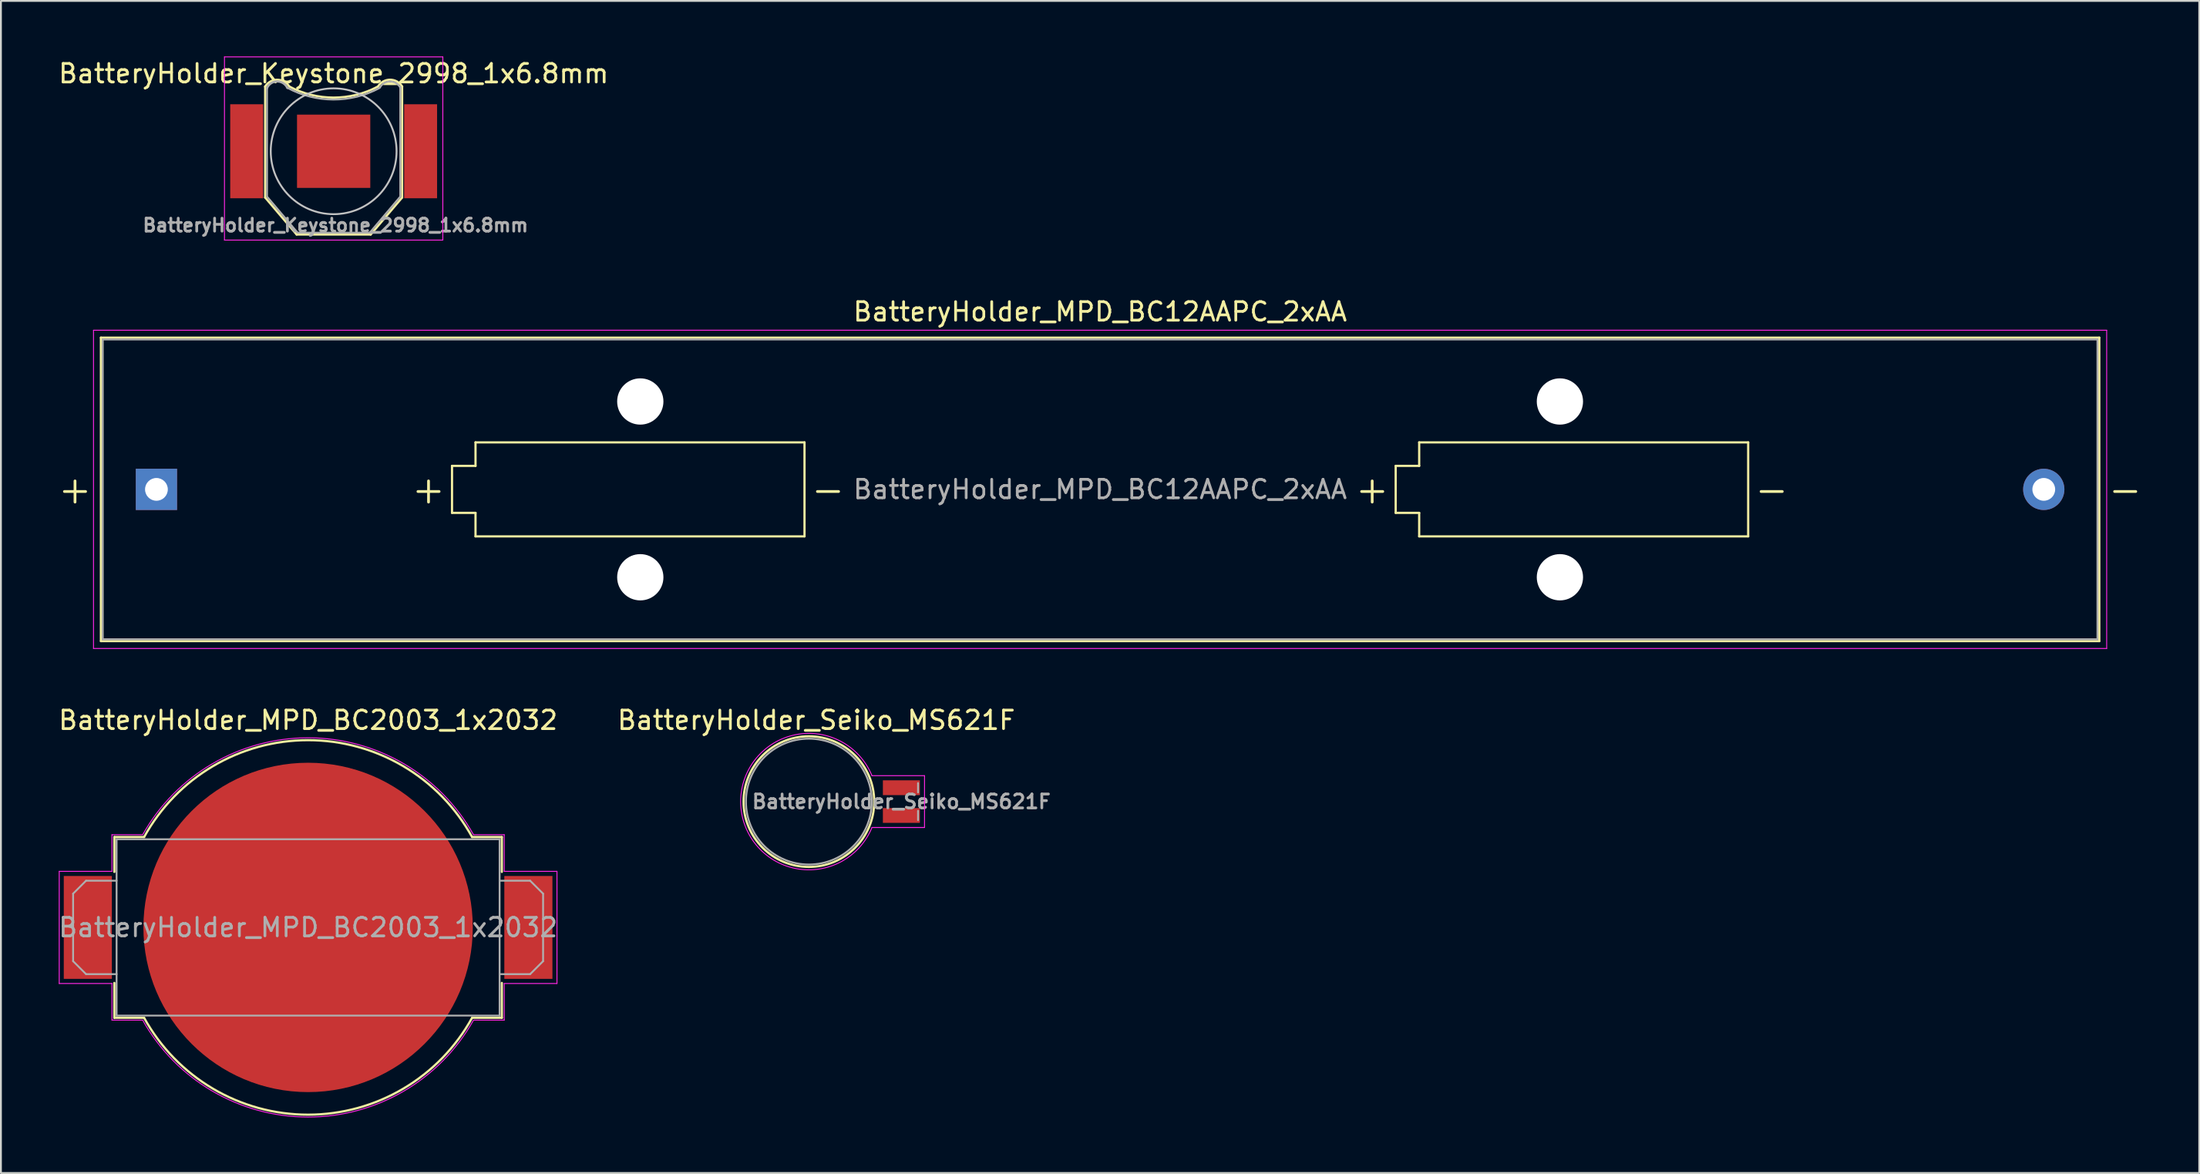
<source format=kicad_pcb>
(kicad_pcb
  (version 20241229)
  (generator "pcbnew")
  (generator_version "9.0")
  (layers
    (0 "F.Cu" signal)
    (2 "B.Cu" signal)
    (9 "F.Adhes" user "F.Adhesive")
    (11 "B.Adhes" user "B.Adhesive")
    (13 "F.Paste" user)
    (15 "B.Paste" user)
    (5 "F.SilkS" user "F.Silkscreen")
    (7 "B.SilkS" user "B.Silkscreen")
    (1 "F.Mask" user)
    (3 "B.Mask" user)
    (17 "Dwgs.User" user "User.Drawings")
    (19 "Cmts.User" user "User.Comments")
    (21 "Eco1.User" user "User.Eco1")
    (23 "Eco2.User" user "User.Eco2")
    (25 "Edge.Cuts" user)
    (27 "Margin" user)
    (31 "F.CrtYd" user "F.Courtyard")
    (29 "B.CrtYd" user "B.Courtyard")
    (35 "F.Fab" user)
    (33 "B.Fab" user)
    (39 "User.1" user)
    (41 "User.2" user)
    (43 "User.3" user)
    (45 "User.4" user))
  (footprint "BatteryHolder_MPD_BC2003_1x2032"
    (layer "F.Cu")
    (at 13.601 47.072)
    (property "Reference" "BatteryHolder_MPD_BC2003_1x2032" (at 0 -11.2 0) (layer "F.SilkS") (effects (font (size 1 1) (thickness 0.15))))
    (attr smd)
    (fp_line (start -10.47 -4.885) (end -8.863 -4.885) (stroke (width 0.12) (type solid)) (layer "F.SilkS"))
    (fp_line (start -10.47 -3) (end -10.47 -4.885) (stroke (width 0.12) (type solid)) (layer "F.SilkS"))
    (fp_line (start -10.47 3) (end -10.47 4.885) (stroke (width 0.12) (type solid)) (layer "F.SilkS"))
    (fp_line (start -10.47 4.885) (end -8.863 4.885) (stroke (width 0.12) (type solid)) (layer "F.SilkS"))
    (fp_line (start 10.47 -4.885) (end 8.863 -4.885) (stroke (width 0.12) (type solid)) (layer "F.SilkS"))
    (fp_line (start 10.47 -3) (end 10.47 -4.885) (stroke (width 0.12) (type solid)) (layer "F.SilkS"))
    (fp_line (start 10.47 3) (end 10.47 4.885) (stroke (width 0.12) (type solid)) (layer "F.SilkS"))
    (fp_line (start 10.47 4.885) (end 8.863 4.885) (stroke (width 0.12) (type solid)) (layer "F.SilkS"))
    (fp_arc (start -8.86291 -4.885) (mid 0 -10.12) (end 8.86291 -4.885) (stroke (width 0.12) (type solid)) (layer "F.SilkS"))
    (fp_arc (start 8.865021 4.881168) (mid 0.002187 10.12) (end -8.86291 4.885) (stroke (width 0.12) (type solid)) (layer "F.SilkS"))
    (fp_line (start -13.45 -3.03) (end -13.45 3.03) (stroke (width 0.05) (type solid)) (layer "F.CrtYd"))
    (fp_line (start -13.45 3.03) (end -10.6 3.03) (stroke (width 0.05) (type solid)) (layer "F.CrtYd"))
    (fp_line (start -10.6 -5.01) (end -10.6 -3.03) (stroke (width 0.05) (type solid)) (layer "F.CrtYd"))
    (fp_line (start -10.6 -3.03) (end -13.45 -3.03) (stroke (width 0.05) (type solid)) (layer "F.CrtYd"))
    (fp_line (start -10.6 5.01) (end -10.6 3.03) (stroke (width 0.05) (type solid)) (layer "F.CrtYd"))
    (fp_line (start -10.6 5.01) (end -8.94 5.01) (stroke (width 0.05) (type solid)) (layer "F.CrtYd"))
    (fp_line (start -8.94 -5.01) (end -10.6 -5.01) (stroke (width 0.05) (type solid)) (layer "F.CrtYd"))
    (fp_line (start 8.94 -5.01) (end 10.6 -5.01) (stroke (width 0.05) (type solid)) (layer "F.CrtYd"))
    (fp_line (start 8.94 5.01) (end 10.6 5.01) (stroke (width 0.05) (type solid)) (layer "F.CrtYd"))
    (fp_line (start 10.6 -5.01) (end 10.6 -3.03) (stroke (width 0.05) (type solid)) (layer "F.CrtYd"))
    (fp_line (start 10.6 -3.03) (end 13.45 -3.03) (stroke (width 0.05) (type solid)) (layer "F.CrtYd"))
    (fp_line (start 10.6 3.03) (end 13.45 3.03) (stroke (width 0.05) (type solid)) (layer "F.CrtYd"))
    (fp_line (start 10.6 5.01) (end 10.6 3.03) (stroke (width 0.05) (type solid)) (layer "F.CrtYd"))
    (fp_line (start 13.45 -3.03) (end 13.45 3.03) (stroke (width 0.05) (type solid)) (layer "F.CrtYd"))
    (fp_arc (start -8.934116 -5.020486) (mid 0.006012 -10.248106) (end 8.94 -5.01) (stroke (width 0.05) (type solid)) (layer "F.CrtYd"))
    (fp_arc (start 8.92534 5.036071) (mid -0.014955 10.248096) (end -8.94 5.01) (stroke (width 0.05) (type solid)) (layer "F.CrtYd"))
    (fp_line (start -12.7 -1.825) (end -12.7 1.825) (stroke (width 0.1) (type solid)) (layer "F.Fab"))
    (fp_line (start -12.7 -1.825) (end -12 -2.525) (stroke (width 0.1) (type solid)) (layer "F.Fab"))
    (fp_line (start -12.7 1.825) (end -12 2.525) (stroke (width 0.1) (type solid)) (layer "F.Fab"))
    (fp_line (start -10.35 -4.765) (end 10.35 -4.765) (stroke (width 0.1) (type solid)) (layer "F.Fab"))
    (fp_line (start -10.35 -2.525) (end -12 -2.525) (stroke (width 0.1) (type solid)) (layer "F.Fab"))
    (fp_line (start -10.35 2.525) (end -12 2.525) (stroke (width 0.1) (type solid)) (layer "F.Fab"))
    (fp_line (start -10.35 4.765) (end -10.35 -4.765) (stroke (width 0.1) (type solid)) (layer "F.Fab"))
    (fp_line (start -10.35 4.765) (end 10.35 4.765) (stroke (width 0.1) (type solid)) (layer "F.Fab"))
    (fp_line (start 10.35 -2.525) (end 12 -2.525) (stroke (width 0.1) (type solid)) (layer "F.Fab"))
    (fp_line (start 10.35 2.525) (end 12 2.525) (stroke (width 0.1) (type solid)) (layer "F.Fab"))
    (fp_line (start 10.35 4.765) (end 10.35 -4.765) (stroke (width 0.1) (type solid)) (layer "F.Fab"))
    (fp_line (start 12.7 -1.825) (end 12 -2.525) (stroke (width 0.1) (type solid)) (layer "F.Fab"))
    (fp_line (start 12.7 -1.825) (end 12.7 1.825) (stroke (width 0.1) (type solid)) (layer "F.Fab"))
    (fp_line (start 12.7 1.825) (end 12 2.525) (stroke (width 0.1) (type solid)) (layer "F.Fab"))
    (fp_text user "${REFERENCE}" (at 0 0 0) (layer "F.Fab") (effects (font (size 1 1) (thickness 0.15))))
    (pad "1" smd rect (at -11.905 0) (size 2.6 5.56) (layers "F.Cu" "F.Mask" "F.Paste"))
    (pad "1" smd rect (at 11.905 0) (size 2.6 5.56) (layers "F.Cu" "F.Mask" "F.Paste"))
    (pad "2" smd circle (at 0 0) (size 17.8 17.8) (layers "F.Cu" "F.Mask")))
  (footprint "BatteryHolder_Keystone_2998_1x6.8mm"
    (layer "F.Cu")
    (at 14.982 5.125)
    (property "Reference" "BatteryHolder_Keystone_2998_1x6.8mm" (at 0 -4.2 0) (layer "F.SilkS") (effects (font (size 1 1) (thickness 0.15))))
    (attr smd)
    (fp_line (start -3.7 -3.5) (end -3.7 2.5) (stroke (width 0.12) (type solid)) (layer "F.SilkS"))
    (fp_line (start -2 4.5) (end -3.7 2.5) (stroke (width 0.12) (type solid)) (layer "F.SilkS"))
    (fp_line (start -2 4.5) (end 2 4.5) (stroke (width 0.12) (type solid)) (layer "F.SilkS"))
    (fp_line (start 2 4.5) (end 3.7 2.5) (stroke (width 0.12) (type solid)) (layer "F.SilkS"))
    (fp_line (start 3.7 -3.5) (end 3.7 2.5) (stroke (width 0.12) (type solid)) (layer "F.SilkS"))
    (fp_arc (start -3.705648 -3.490673) (mid -3.055452 -3.863197) (end -2.4 -3.5) (stroke (width 0.12) (type solid)) (layer "F.SilkS"))
    (fp_arc (start 2.391383 -3.495415) (mid -0.00488 -2.900002) (end -2.4 -3.5) (stroke (width 0.12) (type solid)) (layer "F.SilkS"))
    (fp_arc (start 2.392627 -3.493972) (mid 3.046477 -3.866382) (end 3.703723 -3.5) (stroke (width 0.12) (type solid)) (layer "F.SilkS"))
    (fp_circle (center 0 0) (end 3.4 0) (stroke (width 0.1) (type solid)) (fill no) (layer "Dwgs.User"))
    (fp_line (start -5.9 -5.1) (end -5.9 4.8) (stroke (width 0.05) (type solid)) (layer "F.CrtYd"))
    (fp_line (start -5.9 4.8) (end 5.9 4.8) (stroke (width 0.05) (type solid)) (layer "F.CrtYd"))
    (fp_line (start 5.9 -5.1) (end -5.9 -5.1) (stroke (width 0.05) (type solid)) (layer "F.CrtYd"))
    (fp_line (start 5.9 4.8) (end 5.9 -5.1) (stroke (width 0.05) (type solid)) (layer "F.CrtYd"))
    (fp_line (start -3.6 -3.4) (end -3.6 2.4) (stroke (width 0.1) (type solid)) (layer "F.Fab"))
    (fp_line (start -3.6 2.45) (end -1.95 4.4) (stroke (width 0.1) (type solid)) (layer "F.Fab"))
    (fp_line (start -1.95 4.4) (end 1.95 4.4) (stroke (width 0.1) (type solid)) (layer "F.Fab"))
    (fp_line (start 1.95 4.4) (end 3.6 2.45) (stroke (width 0.1) (type solid)) (layer "F.Fab"))
    (fp_line (start 3.6 2.45) (end 3.6 -3.5) (stroke (width 0.1) (type solid)) (layer "F.Fab"))
    (fp_arc (start -3.607938 -3.401745) (mid -3.059953 -3.774071) (end -2.5 -3.42) (stroke (width 0.12) (type solid)) (layer "F.Fab"))
    (fp_arc (start 2.464098 -3.410669) (mid -0.020388 -2.794584) (end -2.5 -3.43) (stroke (width 0.1) (type solid)) (layer "F.Fab"))
    (fp_arc (start 2.4959 -3.432087) (mid 3.045544 -3.771756) (end 3.6 -3.44) (stroke (width 0.1) (type solid)) (layer "F.Fab"))
    (fp_text user "${REFERENCE}" (at 0.1 4 0) (layer "F.Fab") (effects (font (size 0.7 0.7) (thickness 0.15))))
    (pad "1" smd rect (at -4.7 0) (size 1.78 5.08) (layers "F.Cu" "F.Mask" "F.Paste"))
    (pad "1" smd rect (at 4.7 0) (size 1.78 5.08) (layers "F.Cu" "F.Mask" "F.Paste"))
    (pad "2" smd rect (at 0 0) (size 3.96 3.96) (layers "F.Cu" "F.Mask" "F.Paste")))
  (footprint "BatteryHolder_MPD_BC12AAPC_2xAA"
    (layer "F.Cu")
    (at 5.404 23.398)
    (property "Reference" "BatteryHolder_MPD_BC12AAPC_2xAA" (at 51 -9.6 0) (layer "F.SilkS") (effects (font (size 1 1) (thickness 0.15))))
    (attr through_hole)
    (fp_line (start -3 -8.2) (end -3 8.2) (stroke (width 0.12) (type solid)) (layer "F.SilkS"))
    (fp_line (start -3 8.2) (end 105 8.2) (stroke (width 0.12) (type solid)) (layer "F.SilkS"))
    (fp_line (start 15.975 -1.27) (end 17.245 -1.27) (stroke (width 0.12) (type solid)) (layer "F.SilkS"))
    (fp_line (start 15.975 1.27) (end 15.975 -1.27) (stroke (width 0.12) (type solid)) (layer "F.SilkS"))
    (fp_line (start 17.245 -2.54) (end 35.025 -2.54) (stroke (width 0.12) (type solid)) (layer "F.SilkS"))
    (fp_line (start 17.245 -1.27) (end 17.245 -2.54) (stroke (width 0.12) (type solid)) (layer "F.SilkS"))
    (fp_line (start 17.245 1.27) (end 15.975 1.27) (stroke (width 0.12) (type solid)) (layer "F.SilkS"))
    (fp_line (start 17.245 2.54) (end 17.245 1.27) (stroke (width 0.12) (type solid)) (layer "F.SilkS"))
    (fp_line (start 35.025 -2.54) (end 35.025 2.54) (stroke (width 0.12) (type solid)) (layer "F.SilkS"))
    (fp_line (start 35.025 2.54) (end 17.245 2.54) (stroke (width 0.12) (type solid)) (layer "F.SilkS"))
    (fp_line (start 66.975 -1.27) (end 68.245 -1.27) (stroke (width 0.12) (type solid)) (layer "F.SilkS"))
    (fp_line (start 66.975 1.27) (end 66.975 -1.27) (stroke (width 0.12) (type solid)) (layer "F.SilkS"))
    (fp_line (start 68.245 -2.54) (end 86.025 -2.54) (stroke (width 0.12) (type solid)) (layer "F.SilkS"))
    (fp_line (start 68.245 -1.27) (end 68.245 -2.54) (stroke (width 0.12) (type solid)) (layer "F.SilkS"))
    (fp_line (start 68.245 1.27) (end 66.975 1.27) (stroke (width 0.12) (type solid)) (layer "F.SilkS"))
    (fp_line (start 68.245 2.54) (end 68.245 1.27) (stroke (width 0.12) (type solid)) (layer "F.SilkS"))
    (fp_line (start 86.025 -2.54) (end 86.025 2.54) (stroke (width 0.12) (type solid)) (layer "F.SilkS"))
    (fp_line (start 86.025 2.54) (end 68.245 2.54) (stroke (width 0.12) (type solid)) (layer "F.SilkS"))
    (fp_line (start 105 -8.2) (end -3 -8.2) (stroke (width 0.12) (type solid)) (layer "F.SilkS"))
    (fp_line (start 105 8.2) (end 105 -8.2) (stroke (width 0.12) (type solid)) (layer "F.SilkS"))
    (fp_line (start -3.4 -8.6) (end -3.4 8.6) (stroke (width 0.05) (type solid)) (layer "F.CrtYd"))
    (fp_line (start -3.4 8.6) (end 105.4 8.6) (stroke (width 0.05) (type solid)) (layer "F.CrtYd"))
    (fp_line (start 105.4 -8.6) (end -3.4 -8.6) (stroke (width 0.05) (type solid)) (layer "F.CrtYd"))
    (fp_line (start 105.4 8.6) (end 105.4 -8.6) (stroke (width 0.05) (type solid)) (layer "F.CrtYd"))
    (fp_line (start -2.9 -8.1) (end -2.9 8.1) (stroke (width 0.1) (type solid)) (layer "F.Fab"))
    (fp_line (start -2.9 8.1) (end 104.9 8.1) (stroke (width 0.1) (type solid)) (layer "F.Fab"))
    (fp_line (start 104.9 -8.1) (end -2.9 -8.1) (stroke (width 0.1) (type solid)) (layer "F.Fab"))
    (fp_line (start 104.9 8.1) (end 104.9 -8.1) (stroke (width 0.1) (type solid)) (layer "F.Fab"))
    (fp_text user "-" (at 36.295 0 0) (layer "F.SilkS") (effects (font (size 1.5 1.5) (thickness 0.15))))
    (fp_text user "+" (at -4.4 0 0) (layer "F.SilkS") (effects (font (size 1.5 1.5) (thickness 0.15))))
    (fp_text user "+" (at 14.705 0 0) (layer "F.SilkS") (effects (font (size 1.5 1.5) (thickness 0.15))))
    (fp_text user "-" (at 106.4 0 0) (layer "F.SilkS") (effects (font (size 1.5 1.5) (thickness 0.15))))
    (fp_text user "+" (at 65.705 0 0) (layer "F.SilkS") (effects (font (size 1.5 1.5) (thickness 0.15))))
    (fp_text user "-" (at 87.295 0 0) (layer "F.SilkS") (effects (font (size 1.5 1.5) (thickness 0.15))))
    (fp_text user "${REFERENCE}" (at 51 0 0) (layer "F.Fab") (effects (font (size 1 1) (thickness 0.15))))
    (pad "" np_thru_hole circle (at 26.15 -4.75) (size 2.5 2.5) (drill 2.5) (layers "*.Cu" "*.Mask"))
    (pad "" np_thru_hole circle (at 26.15 4.75) (size 2.5 2.5) (drill 2.5) (layers "*.Cu" "*.Mask"))
    (pad "" np_thru_hole circle (at 75.85 -4.75) (size 2.5 2.5) (drill 2.5) (layers "*.Cu" "*.Mask"))
    (pad "" np_thru_hole circle (at 75.85 4.75) (size 2.5 2.5) (drill 2.5) (layers "*.Cu" "*.Mask"))
    (pad "1" thru_hole rect (at 0 0) (size 2.23 2.23) (drill 1.23) (layers "*.Cu" "*.Mask"))
    (pad "2" thru_hole circle (at 102 0) (size 2.23 2.23) (drill 1.23) (layers "*.Cu" "*.Mask")))
  (footprint "BatteryHolder_Seiko_MS621F"
    (layer "F.Cu")
    (at 45.665 40.272)
    (property "Reference" "BatteryHolder_Seiko_MS621F" (at -4.6 -4.4 0) (layer "F.SilkS") (effects (font (size 1 1) (thickness 0.15))))
    (attr smd)
    (fp_circle (center -5 0) (end -1.47 0) (stroke (width 0.12) (type solid)) (fill no) (layer "F.SilkS"))
    (fp_line (start -1.59 -1.4) (end 1.25 -1.4) (stroke (width 0.05) (type solid)) (layer "F.CrtYd"))
    (fp_line (start 1.25 -1.4) (end 1.25 1.4) (stroke (width 0.05) (type solid)) (layer "F.CrtYd"))
    (fp_line (start 1.25 1.4) (end -1.59 1.4) (stroke (width 0.05) (type solid)) (layer "F.CrtYd"))
    (fp_arc (start -1.59 1.4) (mid -8.686204 0.001869) (end -1.591421 -1.403457) (stroke (width 0.05) (type solid)) (layer "F.CrtYd"))
    (fp_line (start 0.9 -1) (end 0.9 -0.5) (stroke (width 0.1) (type solid)) (layer "F.Fab"))
    (fp_line (start 0.9 0.5) (end 0.9 1) (stroke (width 0.1) (type solid)) (layer "F.Fab"))
    (fp_circle (center -5 0) (end -1.6 0) (stroke (width 0.1) (type solid)) (fill no) (layer "F.Fab"))
    (fp_text user "${REFERENCE}" (at 0 0 0) (layer "F.Fab") (effects (font (size 0.75 0.75) (thickness 0.15))))
    (pad "1" smd rect (at 0 -0.75) (size 2 0.8) (layers "F.Cu" "F.Mask" "F.Paste"))
    (pad "2" smd rect (at 0 0.75) (size 2 0.8) (layers "F.Cu" "F.Mask" "F.Paste")))
  (gr_rect
    (start -3 -3)
    (end 115.807 60.345)
    (stroke (width 0.1) (type default))
    (fill no)
    (layer "Edge.Cuts")))
</source>
